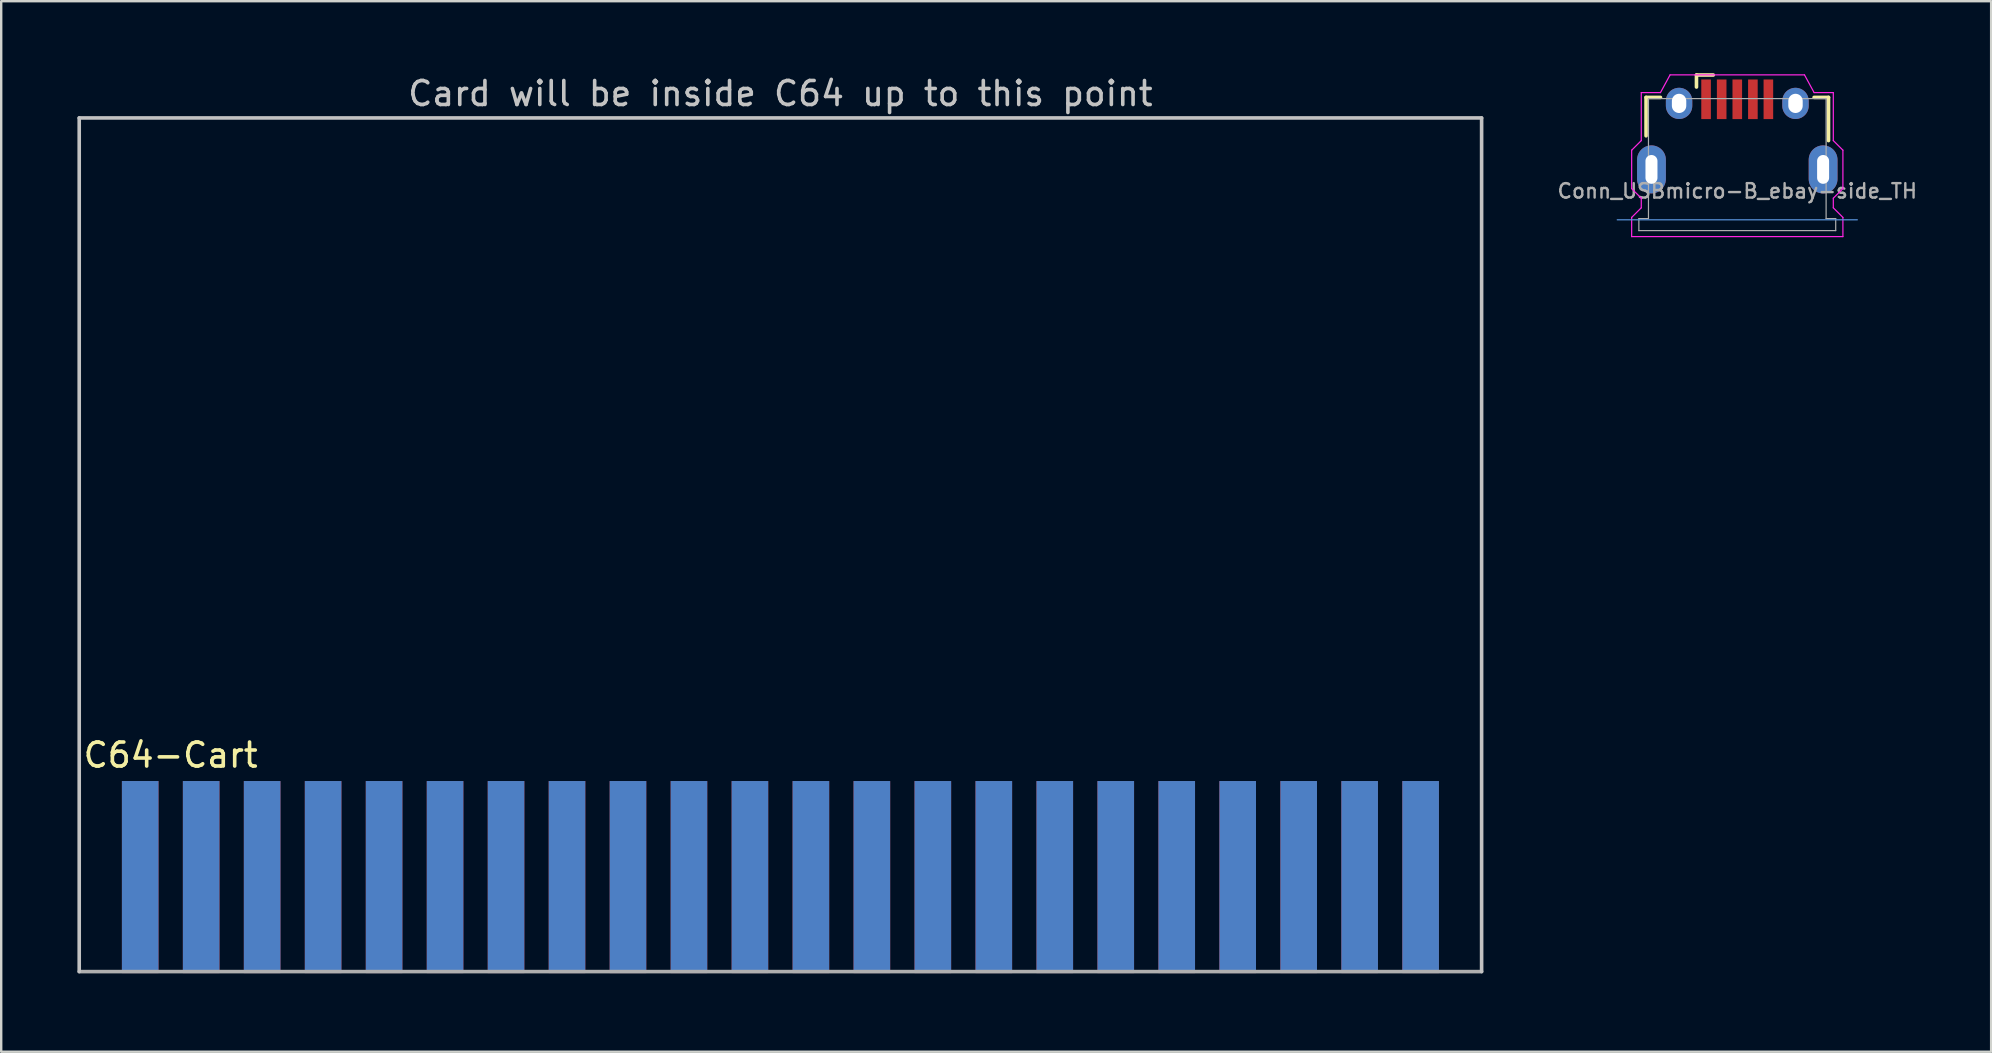
<source format=kicad_pcb>
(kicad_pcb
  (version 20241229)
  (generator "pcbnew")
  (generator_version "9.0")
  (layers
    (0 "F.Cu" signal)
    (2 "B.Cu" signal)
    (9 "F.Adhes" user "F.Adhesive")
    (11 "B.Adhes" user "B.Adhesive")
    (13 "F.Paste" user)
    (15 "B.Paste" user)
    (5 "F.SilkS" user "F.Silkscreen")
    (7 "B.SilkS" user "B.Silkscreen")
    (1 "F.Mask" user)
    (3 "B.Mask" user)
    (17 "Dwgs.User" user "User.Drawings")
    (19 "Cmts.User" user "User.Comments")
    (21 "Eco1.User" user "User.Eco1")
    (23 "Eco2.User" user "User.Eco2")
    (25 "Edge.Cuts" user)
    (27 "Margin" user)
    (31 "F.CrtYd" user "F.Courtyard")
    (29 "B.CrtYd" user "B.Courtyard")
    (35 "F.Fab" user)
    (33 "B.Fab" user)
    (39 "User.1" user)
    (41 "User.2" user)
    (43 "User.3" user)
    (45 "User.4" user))
  (footprint "C64-Cart"
    (layer "F.Cu")
    (at 0.25 37.424)
    (property "Reference" "C64-Cart" (at 3.81 -9.018 0) (layer "F.SilkS") (effects (font (size 1 1) (thickness 0.15))))
    (attr through_hole)
    (fp_line (start 0 -35.56) (end 0 0) (stroke (width 0.15) (type solid)) (layer "Dwgs.User"))
    (fp_line (start 58.42 -35.56) (end 0 -35.56) (stroke (width 0.15) (type solid)) (layer "Dwgs.User"))
    (fp_line (start 58.42 0) (end 58.42 -35.56) (stroke (width 0.15) (type solid)) (layer "Dwgs.User"))
    (fp_line (start 0 0) (end 58.42 0) (stroke (width 0.15) (type solid)) (layer "F.Fab"))
    (fp_text user "Card will be inside C64 up to this point" (at 29.21 -36.576 0) (layer "Dwgs.User") (effects (font (size 1 1) (thickness 0.15))))
    (pad "" smd rect (at 29.21 -3.81 180) (size 58.42 8.3) (layers "F.Mask"))
    (pad "" smd rect (at 29.21 -3.81 180) (size 58.42 8.3) (layers "B.Mask"))
    (pad "1" smd rect (at 2.54 -3.938 180) (size 1.524 8) (layers "F.Cu" "F.Mask" "F.Paste"))
    (pad "2" smd rect (at 5.08 -3.938 180) (size 1.524 8) (layers "F.Cu" "F.Mask" "F.Paste"))
    (pad "3" smd rect (at 7.62 -3.938 180) (size 1.524 8) (layers "F.Cu" "F.Mask" "F.Paste"))
    (pad "4" smd rect (at 10.16 -3.938 180) (size 1.524 8) (layers "F.Cu" "F.Mask" "F.Paste"))
    (pad "5" smd rect (at 12.7 -3.938 180) (size 1.524 8) (layers "F.Cu" "F.Mask" "F.Paste"))
    (pad "6" smd rect (at 15.24 -3.938 180) (size 1.524 8) (layers "F.Cu" "F.Mask" "F.Paste"))
    (pad "7" smd rect (at 17.78 -3.938 180) (size 1.524 8) (layers "F.Cu" "F.Mask" "F.Paste"))
    (pad "8" smd rect (at 20.32 -3.938 180) (size 1.524 8) (layers "F.Cu" "F.Mask" "F.Paste"))
    (pad "9" smd rect (at 22.86 -3.938 180) (size 1.524 8) (layers "F.Cu" "F.Mask" "F.Paste"))
    (pad "10" smd rect (at 25.4 -3.938 180) (size 1.524 8) (layers "F.Cu" "F.Mask" "F.Paste"))
    (pad "11" smd rect (at 27.94 -3.938 180) (size 1.524 8) (layers "F.Cu" "F.Mask" "F.Paste"))
    (pad "12" smd rect (at 30.48 -3.938 180) (size 1.524 8) (layers "F.Cu" "F.Mask" "F.Paste"))
    (pad "13" smd rect (at 33.02 -3.938 180) (size 1.524 8) (layers "F.Cu" "F.Mask" "F.Paste"))
    (pad "14" smd rect (at 35.56 -3.938 180) (size 1.524 8) (layers "F.Cu" "F.Mask" "F.Paste"))
    (pad "15" smd rect (at 38.1 -3.938 180) (size 1.524 8) (layers "F.Cu" "F.Mask" "F.Paste"))
    (pad "16" smd rect (at 40.64 -3.938 180) (size 1.524 8) (layers "F.Cu" "F.Mask" "F.Paste"))
    (pad "17" smd rect (at 43.18 -3.938 180) (size 1.524 8) (layers "F.Cu" "F.Mask" "F.Paste"))
    (pad "18" smd rect (at 45.72 -3.938 180) (size 1.524 8) (layers "F.Cu" "F.Mask" "F.Paste"))
    (pad "19" smd rect (at 48.26 -3.938 180) (size 1.524 8) (layers "F.Cu" "F.Mask" "F.Paste"))
    (pad "20" smd rect (at 50.8 -3.938 180) (size 1.524 8) (layers "F.Cu" "F.Mask" "F.Paste"))
    (pad "21" smd rect (at 53.34 -3.938 180) (size 1.524 8) (layers "F.Cu" "F.Mask" "F.Paste"))
    (pad "22" smd rect (at 55.88 -3.938 180) (size 1.524 8) (layers "F.Cu" "F.Mask" "F.Paste"))
    (pad "A" smd rect (at 2.54 -3.938) (size 1.524 8) (layers "B.Cu" "B.Mask" "B.Paste"))
    (pad "B" smd rect (at 5.08 -3.938) (size 1.524 8) (layers "B.Cu" "B.Mask" "B.Paste"))
    (pad "C" smd rect (at 7.62 -3.938) (size 1.524 8) (layers "B.Cu" "B.Mask" "B.Paste"))
    (pad "D" smd rect (at 10.16 -3.938) (size 1.524 8) (layers "B.Cu" "B.Mask" "B.Paste"))
    (pad "E" smd rect (at 12.7 -3.938) (size 1.524 8) (layers "B.Cu" "B.Mask" "B.Paste"))
    (pad "F" smd rect (at 15.24 -3.938) (size 1.524 8) (layers "B.Cu" "B.Mask" "B.Paste"))
    (pad "H" smd rect (at 17.78 -3.938) (size 1.524 8) (layers "B.Cu" "B.Mask" "B.Paste"))
    (pad "J" smd rect (at 20.32 -3.938) (size 1.524 8) (layers "B.Cu" "B.Mask" "B.Paste"))
    (pad "K" smd rect (at 22.86 -3.938) (size 1.524 8) (layers "B.Cu" "B.Mask" "B.Paste"))
    (pad "L" smd rect (at 25.4 -3.938) (size 1.524 8) (layers "B.Cu" "B.Mask" "B.Paste"))
    (pad "M" smd rect (at 27.94 -3.938) (size 1.524 8) (layers "B.Cu" "B.Mask" "B.Paste"))
    (pad "N" smd rect (at 30.48 -3.938) (size 1.524 8) (layers "B.Cu" "B.Mask" "B.Paste"))
    (pad "P" smd rect (at 33.02 -3.938) (size 1.524 8) (layers "B.Cu" "B.Mask" "B.Paste"))
    (pad "R" smd rect (at 35.56 -3.938) (size 1.524 8) (layers "B.Cu" "B.Mask" "B.Paste"))
    (pad "S" smd rect (at 38.1 -3.938) (size 1.524 8) (layers "B.Cu" "B.Mask" "B.Paste"))
    (pad "T" smd rect (at 40.64 -3.938) (size 1.524 8) (layers "B.Cu" "B.Mask" "B.Paste"))
    (pad "U" smd rect (at 43.18 -3.938) (size 1.524 8) (layers "B.Cu" "B.Mask" "B.Paste"))
    (pad "V" smd rect (at 45.72 -3.938) (size 1.524 8) (layers "B.Cu" "B.Mask" "B.Paste"))
    (pad "W" smd rect (at 48.26 -3.938) (size 1.524 8) (layers "B.Cu" "B.Mask" "B.Paste"))
    (pad "X" smd rect (at 50.8 -3.938) (size 1.524 8) (layers "B.Cu" "B.Mask" "B.Paste"))
    (pad "Y" smd rect (at 53.34 -3.938) (size 1.524 8) (layers "B.Cu" "B.Mask" "B.Paste"))
    (pad "Z" smd rect (at 55.88 -3.938) (size 1.524 8) (layers "B.Cu" "B.Mask" "B.Paste")))
  (footprint "Conn_USBmicro-B_ebay-side_TH"
    (layer "F.Cu")
    (at 69.321 4.007)
    (property "Reference" "Conn_USBmicro-B_ebay-side_TH" (at 0 0.9 0) (layer "F.Fab") (effects (font (size 0.6 0.6) (thickness 0.1))))
    (attr through_hole)
    (fp_line (start -3.8 -3) (end -3.2 -3) (stroke (width 0.15) (type solid)) (layer "F.SilkS"))
    (fp_line (start -3.8 -1.4) (end -3.8 -3) (stroke (width 0.15) (type solid)) (layer "F.SilkS"))
    (fp_line (start -1.7 -3.932) (end -1.7 -3.432) (stroke (width 0.15) (type solid)) (layer "F.SilkS"))
    (fp_line (start -1 -3.932) (end -1.7 -3.932) (stroke (width 0.15) (type solid)) (layer "F.SilkS"))
    (fp_line (start 3.8 -3) (end 3.2 -3) (stroke (width 0.15) (type solid)) (layer "F.SilkS"))
    (fp_line (start 3.8 -1.2) (end 3.8 -3) (stroke (width 0.15) (type solid)) (layer "F.SilkS"))
    (fp_line (start 5 2.1) (end -5 2.1) (stroke (width 0.05) (type solid)) (layer "Cmts.User"))
    (fp_line (start -4.4 -0.8) (end -4.4 0.8) (stroke (width 0.05) (type solid)) (layer "F.CrtYd"))
    (fp_line (start -4.4 0.8) (end -4 1.2) (stroke (width 0.05) (type solid)) (layer "F.CrtYd"))
    (fp_line (start -4.4 2) (end -4.4 2.8) (stroke (width 0.05) (type solid)) (layer "F.CrtYd"))
    (fp_line (start -4.4 2.8) (end 4.4 2.8) (stroke (width 0.05) (type solid)) (layer "F.CrtYd"))
    (fp_line (start -4 -3.2) (end -4 -1.2) (stroke (width 0.05) (type solid)) (layer "F.CrtYd"))
    (fp_line (start -4 -1.2) (end -4.4 -0.8) (stroke (width 0.05) (type solid)) (layer "F.CrtYd"))
    (fp_line (start -4 1.2) (end -4 1.6) (stroke (width 0.05) (type solid)) (layer "F.CrtYd"))
    (fp_line (start -4 1.6) (end -4.4 2) (stroke (width 0.05) (type solid)) (layer "F.CrtYd"))
    (fp_line (start -3.2 -3.2) (end -4 -3.2) (stroke (width 0.05) (type solid)) (layer "F.CrtYd"))
    (fp_line (start -2.8 -3.937) (end -3.2 -3.2) (stroke (width 0.05) (type solid)) (layer "F.CrtYd"))
    (fp_line (start 2.8 -3.937) (end -2.8 -3.937) (stroke (width 0.05) (type solid)) (layer "F.CrtYd"))
    (fp_line (start 3.2 -3.2) (end 2.8 -3.937) (stroke (width 0.05) (type solid)) (layer "F.CrtYd"))
    (fp_line (start 4 -3.2) (end 3.2 -3.2) (stroke (width 0.05) (type solid)) (layer "F.CrtYd"))
    (fp_line (start 4 -1.2) (end 4 -3.2) (stroke (width 0.05) (type solid)) (layer "F.CrtYd"))
    (fp_line (start 4 1.2) (end 4.4 0.8) (stroke (width 0.05) (type solid)) (layer "F.CrtYd"))
    (fp_line (start 4 1.6) (end 4 1.2) (stroke (width 0.05) (type solid)) (layer "F.CrtYd"))
    (fp_line (start 4.4 -0.8) (end 4 -1.2) (stroke (width 0.05) (type solid)) (layer "F.CrtYd"))
    (fp_line (start 4.4 0.8) (end 4.4 -0.8) (stroke (width 0.05) (type solid)) (layer "F.CrtYd"))
    (fp_line (start 4.4 2) (end 4 1.6) (stroke (width 0.05) (type solid)) (layer "F.CrtYd"))
    (fp_line (start 4.4 2.8) (end 4.4 2) (stroke (width 0.05) (type solid)) (layer "F.CrtYd"))
    (fp_line (start -4.1 2.05) (end -3.7 2.05) (stroke (width 0.05) (type solid)) (layer "F.Fab"))
    (fp_line (start -4.1 2.55) (end -4.1 2.05) (stroke (width 0.05) (type solid)) (layer "F.Fab"))
    (fp_line (start -4.1 2.55) (end 4.1 2.55) (stroke (width 0.05) (type solid)) (layer "F.Fab"))
    (fp_line (start -3.7 -2.95) (end -3.7 2.05) (stroke (width 0.05) (type solid)) (layer "F.Fab"))
    (fp_line (start 3.7 -2.95) (end -3.7 -2.95) (stroke (width 0.05) (type solid)) (layer "F.Fab"))
    (fp_line (start 3.7 2.05) (end 3.7 -2.95) (stroke (width 0.05) (type solid)) (layer "F.Fab"))
    (fp_line (start 4.1 2.05) (end 3.7 2.05) (stroke (width 0.05) (type solid)) (layer "F.Fab"))
    (fp_line (start 4.1 2.55) (end 4.1 2.05) (stroke (width 0.05) (type solid)) (layer "F.Fab"))
    (fp_text user "${REFERENCE}" (at -1.5 -1.7 0) (layer "Eco1.User") (effects (font (size 0.3 0.3) (thickness 0.03))))
    (pad "1" smd rect (at -1.3 -2.921) (size 0.4 1.65) (layers "F.Cu" "F.Mask" "F.Paste"))
    (pad "2" smd rect (at -0.65 -2.921) (size 0.4 1.65) (layers "F.Cu" "F.Mask" "F.Paste"))
    (pad "3" smd rect (at 0 -2.921) (size 0.4 1.65) (layers "F.Cu" "F.Mask" "F.Paste"))
    (pad "4" smd rect (at 0.65 -2.921) (size 0.4 1.65) (layers "F.Cu" "F.Mask" "F.Paste"))
    (pad "5" smd rect (at 1.295 -2.921) (size 0.4 1.65) (layers "F.Cu" "F.Mask" "F.Paste"))
    (pad "6" thru_hole oval (at -3.575 0) (size 1.2 2) (drill oval 0.5 1.2) (layers "*.Cu" "*.Mask"))
    (pad "6" thru_hole oval (at -2.425 -2.75) (size 1.1 1.3) (drill oval 0.6 0.8) (layers "*.Cu" "*.Mask"))
    (pad "6" thru_hole oval (at 2.425 -2.75) (size 1.1 1.3) (drill oval 0.6 0.8) (layers "*.Cu" "*.Mask"))
    (pad "6" thru_hole oval (at 3.575 0) (size 1.2 2) (drill oval 0.5 1.2) (layers "*.Cu" "*.Mask")))
  (gr_rect
    (start -3 -3)
    (end 79.896 40.764)
    (stroke (width 0.1) (type default))
    (fill no)
    (layer "Edge.Cuts")))
</source>
